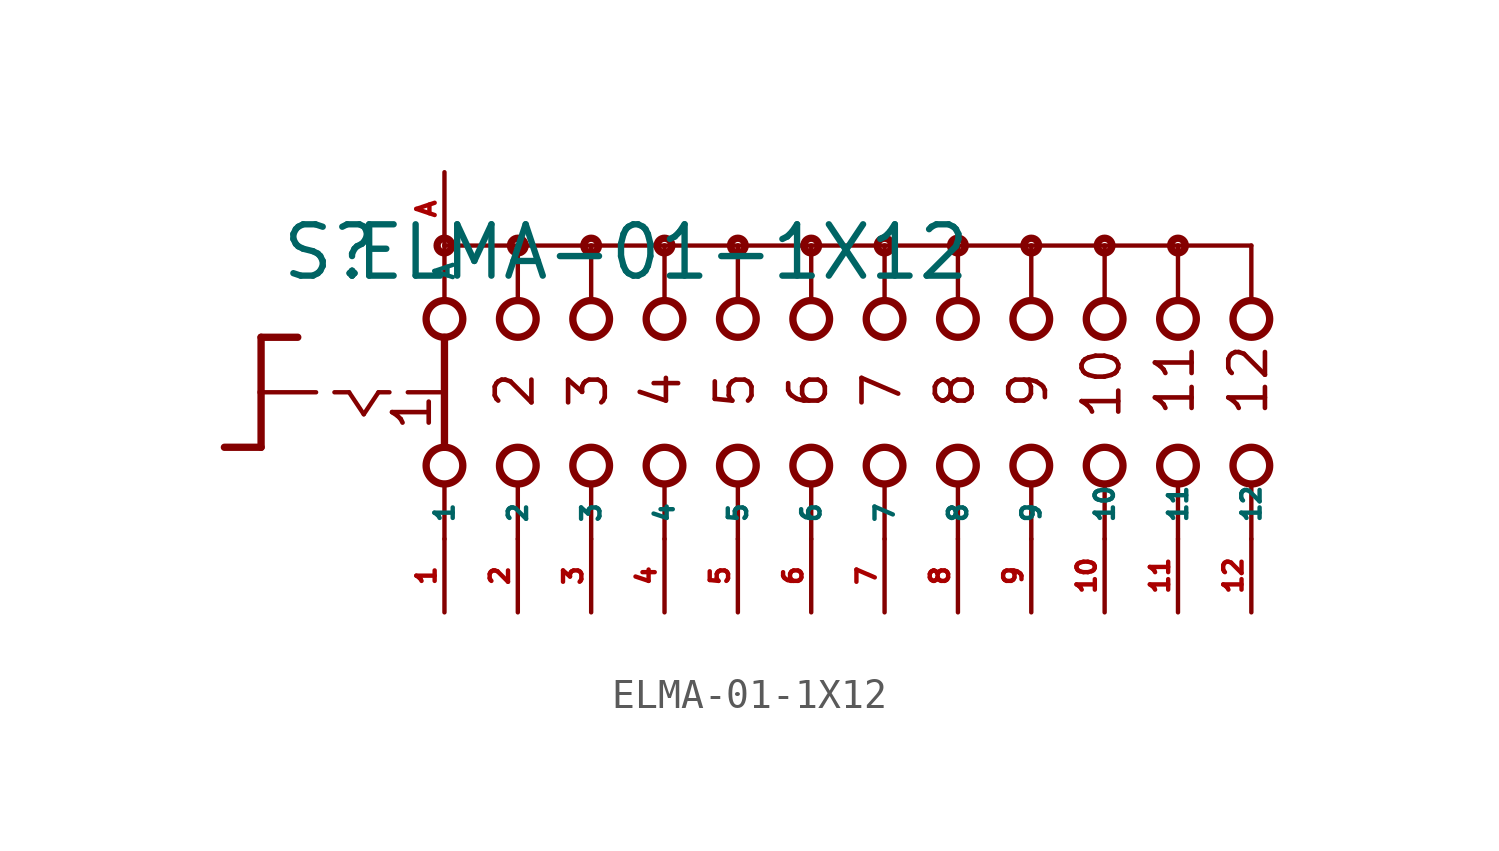
<source format=kicad_sym>
(kicad_symbol_lib
  (version 20220914)
  (generator Eagle2Kicad)
  (symbol "ELMA-01-1X12"
    (property "Reference" "S"
      (at -18.415 3.81 0)
      (effects (font (size 1.778 1.778) (thickness 0.22)) (justify left bottom)))
    (property "Value" "ELMA-01-1X12"
      (at -15.875 3.81 0)
      (effects (font (size 1.778 1.778) (thickness 0.22)) (justify left bottom)))
    (polyline
      (pts (xy -19.05 1.905) (xy -17.78 1.905))
      (stroke (width 0.254) (type default))
      (fill (type none)))
    (polyline
      (pts (xy -19.05 1.905) (xy -19.05 0))
      (stroke (width 0.254) (type default))
      (fill (type none)))
    (polyline
      (pts (xy -19.05 -1.905) (xy -20.32 -1.905))
      (stroke (width 0.254) (type default))
      (fill (type none)))
    (polyline
      (pts (xy -19.05 0) (xy -17.145 0))
      (stroke (width 0.152) (type default))
      (fill (type none)))
    (polyline
      (pts (xy -19.05 0) (xy -19.05 -1.905))
      (stroke (width 0.254) (type default))
      (fill (type none)))
    (polyline
      (pts (xy -16.51 0) (xy -16.002 0))
      (stroke (width 0.152) (type default))
      (fill (type none)))
    (polyline
      (pts (xy -14.986 0) (xy -14.605 0))
      (stroke (width 0.152) (type default))
      (fill (type none)))
    (polyline
      (pts (xy -13.97 0) (xy -12.827 0))
      (stroke (width 0.152) (type default))
      (fill (type none)))
    (polyline
      (pts (xy -16.002 0) (xy -15.494 -0.762))
      (stroke (width 0.152) (type default))
      (fill (type none)))
    (polyline
      (pts (xy -15.494 -0.762) (xy -14.986 0))
      (stroke (width 0.152) (type default))
      (fill (type none)))
    (polyline
      (pts (xy -10.16 3.175) (xy -10.16 5.08))
      (stroke (width 0.152) (type default))
      (fill (type none)))
    (polyline
      (pts (xy -7.62 3.175) (xy -7.62 5.08))
      (stroke (width 0.152) (type default))
      (fill (type none)))
    (polyline
      (pts (xy -5.08 3.175) (xy -5.08 5.08))
      (stroke (width 0.152) (type default))
      (fill (type none)))
    (polyline
      (pts (xy -10.16 -5.08) (xy -10.16 -3.175))
      (stroke (width 0.152) (type default))
      (fill (type none)))
    (polyline
      (pts (xy -7.62 -5.08) (xy -7.62 -3.175))
      (stroke (width 0.152) (type default))
      (fill (type none)))
    (polyline
      (pts (xy -5.08 -5.08) (xy -5.08 -3.175))
      (stroke (width 0.152) (type default))
      (fill (type none)))
    (polyline
      (pts (xy -7.62 5.08) (xy -10.16 5.08))
      (stroke (width 0.152) (type default))
      (fill (type none)))
    (polyline
      (pts (xy -7.62 5.08) (xy -5.08 5.08))
      (stroke (width 0.152) (type default))
      (fill (type none)))
    (polyline
      (pts (xy -2.54 -5.08) (xy -2.54 -3.175))
      (stroke (width 0.152) (type default))
      (fill (type none)))
    (polyline
      (pts (xy 0 -5.08) (xy 0 -3.175))
      (stroke (width 0.152) (type default))
      (fill (type none)))
    (polyline
      (pts (xy -2.54 3.175) (xy -2.54 5.08))
      (stroke (width 0.152) (type default))
      (fill (type none)))
    (polyline
      (pts (xy 0 3.175) (xy 0 5.08))
      (stroke (width 0.152) (type default))
      (fill (type none)))
    (polyline
      (pts (xy -5.08 5.08) (xy -2.54 5.08))
      (stroke (width 0.152) (type default))
      (fill (type none)))
    (polyline
      (pts (xy -2.54 5.08) (xy 0 5.08))
      (stroke (width 0.152) (type default))
      (fill (type none)))
    (polyline
      (pts (xy -12.7 5.08) (xy -12.7 3.175))
      (stroke (width 0.152) (type default))
      (fill (type none)))
    (polyline
      (pts (xy -12.7 1.905) (xy -12.7 -1.905))
      (stroke (width 0.254) (type default))
      (fill (type none)))
    (polyline
      (pts (xy -12.7 -3.175) (xy -12.7 -5.08))
      (stroke (width 0.152) (type default))
      (fill (type none)))
    (polyline
      (pts (xy -10.16 5.08) (xy -12.7 5.08))
      (stroke (width 0.152) (type default))
      (fill (type none)))
    (polyline
      (pts (xy 0 5.08) (xy 2.54 5.08))
      (stroke (width 0.152) (type default))
      (fill (type none)))
    (polyline
      (pts (xy 2.54 3.175) (xy 2.54 5.08))
      (stroke (width 0.152) (type default))
      (fill (type none)))
    (polyline
      (pts (xy 2.54 -5.08) (xy 2.54 -3.175))
      (stroke (width 0.152) (type default))
      (fill (type none)))
    (polyline
      (pts (xy 5.08 3.175) (xy 5.08 5.08))
      (stroke (width 0.152) (type default))
      (fill (type none)))
    (polyline
      (pts (xy 7.62 3.175) (xy 7.62 5.08))
      (stroke (width 0.152) (type default))
      (fill (type none)))
    (polyline
      (pts (xy 10.16 3.175) (xy 10.16 5.08))
      (stroke (width 0.152) (type default))
      (fill (type none)))
    (polyline
      (pts (xy 12.7 3.175) (xy 12.7 5.08))
      (stroke (width 0.152) (type default))
      (fill (type none)))
    (polyline
      (pts (xy 15.24 3.175) (xy 15.24 5.08))
      (stroke (width 0.152) (type default))
      (fill (type none)))
    (polyline
      (pts (xy 2.54 5.08) (xy 5.08 5.08))
      (stroke (width 0.152) (type default))
      (fill (type none)))
    (polyline
      (pts (xy 5.08 5.08) (xy 7.62 5.08))
      (stroke (width 0.152) (type default))
      (fill (type none)))
    (polyline
      (pts (xy 7.62 5.08) (xy 10.16 5.08))
      (stroke (width 0.152) (type default))
      (fill (type none)))
    (polyline
      (pts (xy 10.16 5.08) (xy 12.7 5.08))
      (stroke (width 0.152) (type default))
      (fill (type none)))
    (polyline
      (pts (xy 12.7 5.08) (xy 15.24 5.08))
      (stroke (width 0.152) (type default))
      (fill (type none)))
    (polyline
      (pts (xy 5.08 -5.08) (xy 5.08 -3.175))
      (stroke (width 0.152) (type default))
      (fill (type none)))
    (polyline
      (pts (xy 7.62 -5.08) (xy 7.62 -3.175))
      (stroke (width 0.152) (type default))
      (fill (type none)))
    (polyline
      (pts (xy 10.16 -5.08) (xy 10.16 -3.175))
      (stroke (width 0.152) (type default))
      (fill (type none)))
    (polyline
      (pts (xy 12.7 -5.08) (xy 12.7 -3.175))
      (stroke (width 0.152) (type default))
      (fill (type none)))
    (polyline
      (pts (xy 15.24 -5.08) (xy 15.24 -3.175))
      (stroke (width 0.152) (type default))
      (fill (type none)))
    (text "1"
      (at -13.081 -1.397 900)
      (effects (font (size 1.27 1.27) (thickness 0.16)) (justify left bottom)))
    (text "2"
      (at -9.525 -0.635 900)
      (effects (font (size 1.27 1.27) (thickness 0.16)) (justify left bottom)))
    (text "3"
      (at -6.985 -0.635 900)
      (effects (font (size 1.27 1.27) (thickness 0.16)) (justify left bottom)))
    (text "4"
      (at -4.445 -0.635 900)
      (effects (font (size 1.27 1.27) (thickness 0.16)) (justify left bottom)))
    (text "5"
      (at -1.905 -0.635 900)
      (effects (font (size 1.27 1.27) (thickness 0.16)) (justify left bottom)))
    (text "6"
      (at 0.635 -0.635 900)
      (effects (font (size 1.27 1.27) (thickness 0.16)) (justify left bottom)))
    (text "7"
      (at 3.175 -0.635 900)
      (effects (font (size 1.27 1.27) (thickness 0.16)) (justify left bottom)))
    (text "8"
      (at 5.715 -0.635 900)
      (effects (font (size 1.27 1.27) (thickness 0.16)) (justify left bottom)))
    (text "9"
      (at 8.255 -0.635 900)
      (effects (font (size 1.27 1.27) (thickness 0.16)) (justify left bottom)))
    (text "10"
      (at 10.795 -1.016 900)
      (effects (font (size 1.27 1.27) (thickness 0.16)) (justify left bottom)))
    (text "11"
      (at 13.335 -0.889 900)
      (effects (font (size 1.27 1.27) (thickness 0.16)) (justify left bottom)))
    (text "12"
      (at 15.875 -0.889 900)
      (effects (font (size 1.27 1.27) (thickness 0.16)) (justify left bottom)))
    (circle
      (center -7.62 5.08)
      (radius 0.254)
      (stroke (width 0.254) (type default))
      (fill (type none)))
    (circle
      (center -5.08 5.08)
      (radius 0.254)
      (stroke (width 0.254) (type default))
      (fill (type none)))
    (circle
      (center 0 5.08)
      (radius 0.254)
      (stroke (width 0.254) (type default))
      (fill (type none)))
    (circle
      (center -12.7 5.08)
      (radius 0.254)
      (stroke (width 0.254) (type default))
      (fill (type none)))
    (circle
      (center -10.16 5.08)
      (radius 0.254)
      (stroke (width 0.254) (type default))
      (fill (type none)))
    (circle
      (center -12.7 2.54)
      (radius 0.635)
      (stroke (width 0.254) (type default))
      (fill (type none)))
    (circle
      (center -10.16 2.54)
      (radius 0.635)
      (stroke (width 0.254) (type default))
      (fill (type none)))
    (circle
      (center -7.62 2.54)
      (radius 0.635)
      (stroke (width 0.254) (type default))
      (fill (type none)))
    (circle
      (center -12.7 -2.54)
      (radius 0.635)
      (stroke (width 0.254) (type default))
      (fill (type none)))
    (circle
      (center -10.16 -2.54)
      (radius 0.635)
      (stroke (width 0.254) (type default))
      (fill (type none)))
    (circle
      (center -7.62 -2.54)
      (radius 0.635)
      (stroke (width 0.254) (type default))
      (fill (type none)))
    (circle
      (center -2.54 5.08)
      (radius 0.254)
      (stroke (width 0.254) (type default))
      (fill (type none)))
    (circle
      (center -5.08 2.54)
      (radius 0.635)
      (stroke (width 0.254) (type default))
      (fill (type none)))
    (circle
      (center -2.54 2.54)
      (radius 0.635)
      (stroke (width 0.254) (type default))
      (fill (type none)))
    (circle
      (center -5.08 -2.54)
      (radius 0.635)
      (stroke (width 0.254) (type default))
      (fill (type none)))
    (circle
      (center -2.54 -2.54)
      (radius 0.635)
      (stroke (width 0.254) (type default))
      (fill (type none)))
    (circle
      (center 0 2.54)
      (radius 0.635)
      (stroke (width 0.254) (type default))
      (fill (type none)))
    (circle
      (center 0 -2.54)
      (radius 0.635)
      (stroke (width 0.254) (type default))
      (fill (type none)))
    (circle
      (center 2.54 5.08)
      (radius 0.254)
      (stroke (width 0.254) (type default))
      (fill (type none)))
    (circle
      (center 2.54 2.54)
      (radius 0.635)
      (stroke (width 0.254) (type default))
      (fill (type none)))
    (circle
      (center 2.54 -2.54)
      (radius 0.635)
      (stroke (width 0.254) (type default))
      (fill (type none)))
    (circle
      (center 5.08 2.54)
      (radius 0.635)
      (stroke (width 0.254) (type default))
      (fill (type none)))
    (circle
      (center 7.62 2.54)
      (radius 0.635)
      (stroke (width 0.254) (type default))
      (fill (type none)))
    (circle
      (center 10.16 2.54)
      (radius 0.635)
      (stroke (width 0.254) (type default))
      (fill (type none)))
    (circle
      (center 12.7 2.54)
      (radius 0.635)
      (stroke (width 0.254) (type default))
      (fill (type none)))
    (circle
      (center 15.24 2.54)
      (radius 0.635)
      (stroke (width 0.254) (type default))
      (fill (type none)))
    (circle
      (center 5.08 5.08)
      (radius 0.254)
      (stroke (width 0.254) (type default))
      (fill (type none)))
    (circle
      (center 7.62 5.08)
      (radius 0.254)
      (stroke (width 0.254) (type default))
      (fill (type none)))
    (circle
      (center 10.16 5.08)
      (radius 0.254)
      (stroke (width 0.254) (type default))
      (fill (type none)))
    (circle
      (center 12.7 5.08)
      (radius 0.254)
      (stroke (width 0.254) (type default))
      (fill (type none)))
    (circle
      (center 5.08 -2.54)
      (radius 0.635)
      (stroke (width 0.254) (type default))
      (fill (type none)))
    (circle
      (center 7.62 -2.54)
      (radius 0.635)
      (stroke (width 0.254) (type default))
      (fill (type none)))
    (circle
      (center 10.16 -2.54)
      (radius 0.635)
      (stroke (width 0.254) (type default))
      (fill (type none)))
    (circle
      (center 12.7 -2.54)
      (radius 0.635)
      (stroke (width 0.254) (type default))
      (fill (type none)))
    (circle
      (center 15.24 -2.54)
      (radius 0.635)
      (stroke (width 0.254) (type default))
      (fill (type none)))
    (pin passive line
      (at -12.7 -7.62 90)
      (length 2.54)
      (name "1" (effects (font (size 0.635 0.635) (thickness 0.08)) (justify left bottom)))
      (number "1" (effects (font (size 0.635 0.635) (thickness 0.08)) (justify left bottom))))
    (pin passive line
      (at -12.7 7.62 270)
      (length 2.54)
      (name "A" (effects (font (size 0.635 0.635) (thickness 0.08)) (justify left bottom)))
      (number "A" (effects (font (size 0.635 0.635) (thickness 0.08)) (justify left bottom))))
    (pin passive line
      (at -10.16 -7.62 90)
      (length 2.54)
      (name "2" (effects (font (size 0.635 0.635) (thickness 0.08)) (justify left bottom)))
      (number "2" (effects (font (size 0.635 0.635) (thickness 0.08)) (justify left bottom))))
    (pin passive line
      (at -7.62 -7.62 90)
      (length 2.54)
      (name "3" (effects (font (size 0.635 0.635) (thickness 0.08)) (justify left bottom)))
      (number "3" (effects (font (size 0.635 0.635) (thickness 0.08)) (justify left bottom))))
    (pin passive line
      (at -5.08 -7.62 90)
      (length 2.54)
      (name "4" (effects (font (size 0.635 0.635) (thickness 0.08)) (justify left bottom)))
      (number "4" (effects (font (size 0.635 0.635) (thickness 0.08)) (justify left bottom))))
    (pin passive line
      (at -2.54 -7.62 90)
      (length 2.54)
      (name "5" (effects (font (size 0.635 0.635) (thickness 0.08)) (justify left bottom)))
      (number "5" (effects (font (size 0.635 0.635) (thickness 0.08)) (justify left bottom))))
    (pin passive line
      (at 0 -7.62 90)
      (length 2.54)
      (name "6" (effects (font (size 0.635 0.635) (thickness 0.08)) (justify left bottom)))
      (number "6" (effects (font (size 0.635 0.635) (thickness 0.08)) (justify left bottom))))
    (pin passive line
      (at 2.54 -7.62 90)
      (length 2.54)
      (name "7" (effects (font (size 0.635 0.635) (thickness 0.08)) (justify left bottom)))
      (number "7" (effects (font (size 0.635 0.635) (thickness 0.08)) (justify left bottom))))
    (pin passive line
      (at 5.08 -7.62 90)
      (length 2.54)
      (name "8" (effects (font (size 0.635 0.635) (thickness 0.08)) (justify left bottom)))
      (number "8" (effects (font (size 0.635 0.635) (thickness 0.08)) (justify left bottom))))
    (pin passive line
      (at 7.62 -7.62 90)
      (length 2.54)
      (name "9" (effects (font (size 0.635 0.635) (thickness 0.08)) (justify left bottom)))
      (number "9" (effects (font (size 0.635 0.635) (thickness 0.08)) (justify left bottom))))
    (pin passive line
      (at 10.16 -7.62 90)
      (length 2.54)
      (name "10" (effects (font (size 0.635 0.635) (thickness 0.08)) (justify left bottom)))
      (number "10" (effects (font (size 0.635 0.635) (thickness 0.08)) (justify left bottom))))
    (pin passive line
      (at 12.7 -7.62 90)
      (length 2.54)
      (name "11" (effects (font (size 0.635 0.635) (thickness 0.08)) (justify left bottom)))
      (number "11" (effects (font (size 0.635 0.635) (thickness 0.08)) (justify left bottom))))
    (pin passive line
      (at 15.24 -7.62 90)
      (length 2.54)
      (name "12" (effects (font (size 0.635 0.635) (thickness 0.08)) (justify left bottom)))
      (number "12" (effects (font (size 0.635 0.635) (thickness 0.08)) (justify left bottom))))))
</source>
